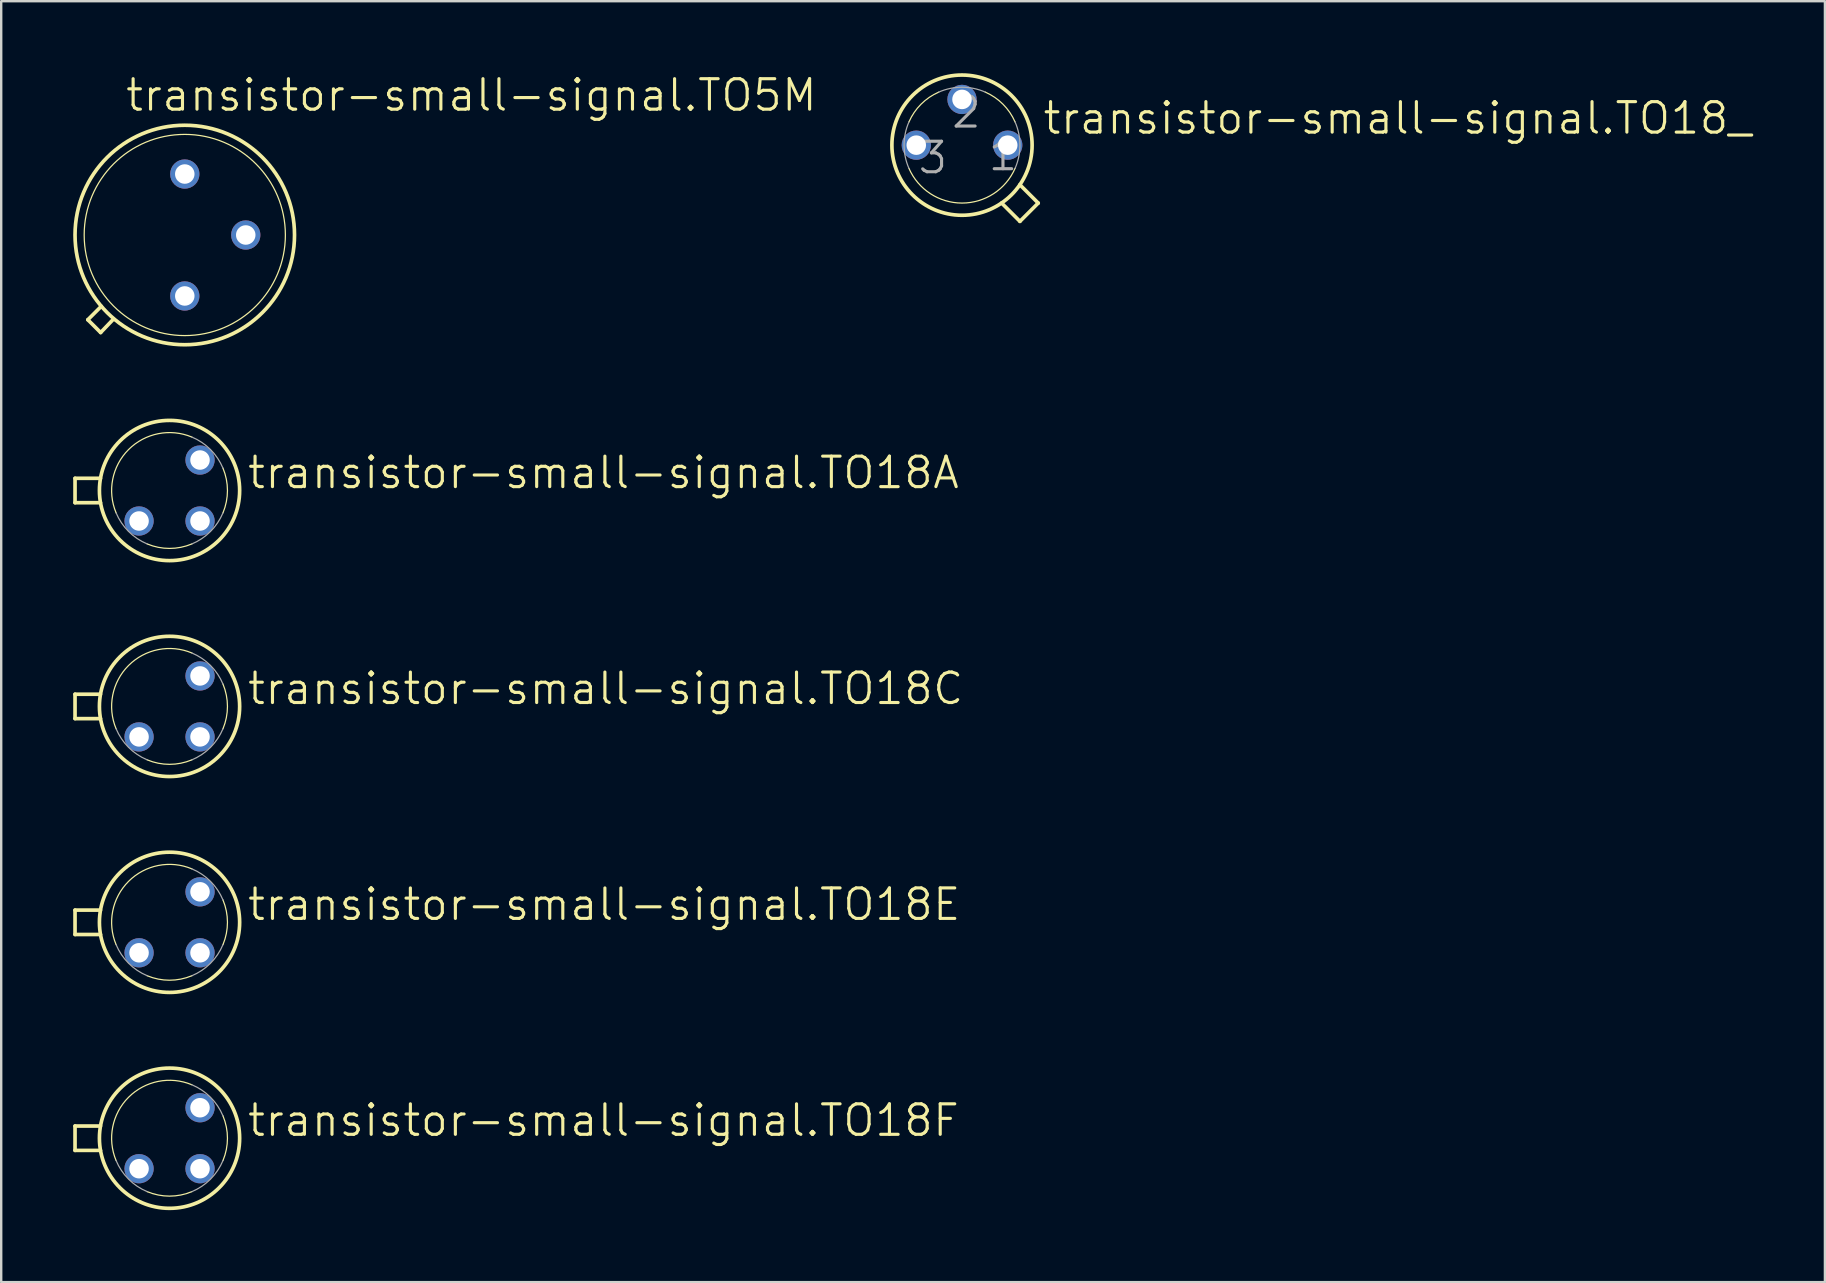
<source format=kicad_pcb>
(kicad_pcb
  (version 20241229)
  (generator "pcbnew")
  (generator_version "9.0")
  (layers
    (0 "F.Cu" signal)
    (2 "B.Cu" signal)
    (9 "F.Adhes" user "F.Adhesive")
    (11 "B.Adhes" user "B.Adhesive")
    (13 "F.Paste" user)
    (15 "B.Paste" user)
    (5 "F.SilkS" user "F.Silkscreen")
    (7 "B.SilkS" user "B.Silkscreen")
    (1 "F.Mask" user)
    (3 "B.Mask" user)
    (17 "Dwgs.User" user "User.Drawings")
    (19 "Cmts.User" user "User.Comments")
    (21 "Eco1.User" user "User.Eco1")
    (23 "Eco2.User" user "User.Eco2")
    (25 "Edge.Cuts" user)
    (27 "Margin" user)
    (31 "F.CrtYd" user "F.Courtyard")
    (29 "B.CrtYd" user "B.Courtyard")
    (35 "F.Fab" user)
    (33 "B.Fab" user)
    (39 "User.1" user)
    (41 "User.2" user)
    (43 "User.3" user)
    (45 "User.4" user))
  (footprint "transistor-small-signal.TO18E"
    (layer "F.Cu")
    (at 4.013 35.374)
    (property "Reference" "transistor-small-signal.TO18E" (at 3.175 0 0) (layer "F.SilkS") (effects (font (size 1.27 1.27) (thickness 0.13)) (justify left bottom)))
    (attr through_hole)
    (fp_line (start -3.937 -0.508) (end -2.877 -0.508) (stroke (width 0.152) (type default)) (layer "F.SilkS"))
    (fp_line (start -3.937 0.508) (end -3.937 -0.508) (stroke (width 0.152) (type default)) (layer "F.SilkS"))
    (fp_line (start -3.937 0.508) (end -2.877 0.508) (stroke (width 0.152) (type default)) (layer "F.SilkS"))
    (fp_arc (start -2.227 0.9289) (mid -1.706187 -1.706287) (end 0.929 -2.2271) (stroke (width 0.0508) (type default)) (layer "F.SilkS"))
    (fp_arc (start 0.9289 2.227) (mid 0 2.412962) (end -0.9289 2.227) (stroke (width 0.0508) (type default)) (layer "F.SilkS"))
    (fp_arc (start 2.227 -0.9289) (mid 2.412962 0) (end 2.227 0.9289) (stroke (width 0.0508) (type default)) (layer "F.SilkS"))
    (fp_circle (center 0 0) (end 2.921 0) (stroke (width 0.152) (type default)) (fill no) (layer "F.SilkS"))
    (fp_arc (start -0.9289 2.227) (mid -1.706222 1.706222) (end -2.227 0.9289) (stroke (width 0.0508) (type default)) (layer "F.Fab"))
    (fp_arc (start 0.9289 -2.227) (mid 1.706222 -1.706222) (end 2.227 -0.9289) (stroke (width 0.0508) (type default)) (layer "F.Fab"))
    (fp_arc (start 2.227 0.9289) (mid 1.706222 1.706222) (end 0.9289 2.227) (stroke (width 0.0508) (type default)) (layer "F.Fab"))
    (pad "D" thru_hole circle (at 1.27 1.27) (size 1.219 1.219) (drill 0.813) (layers "*.Cu" "*.Mask"))
    (pad "G" thru_hole circle (at 1.27 -1.27) (size 1.219 1.219) (drill 0.813) (layers "*.Cu" "*.Mask"))
    (pad "S" thru_hole circle (at -1.27 1.27) (size 1.219 1.219) (drill 0.813) (layers "*.Cu" "*.Mask")))
  (footprint "transistor-small-signal.TO18F"
    (layer "F.Cu")
    (at 4.013 44.369)
    (property "Reference" "transistor-small-signal.TO18F" (at 3.175 0 0) (layer "F.SilkS") (effects (font (size 1.27 1.27) (thickness 0.13)) (justify left bottom)))
    (attr through_hole)
    (fp_line (start -3.937 -0.508) (end -2.877 -0.508) (stroke (width 0.152) (type default)) (layer "F.SilkS"))
    (fp_line (start -3.937 0.508) (end -3.937 -0.508) (stroke (width 0.152) (type default)) (layer "F.SilkS"))
    (fp_line (start -3.937 0.508) (end -2.877 0.508) (stroke (width 0.152) (type default)) (layer "F.SilkS"))
    (fp_arc (start -2.227 0.9289) (mid -1.706187 -1.706287) (end 0.929 -2.2271) (stroke (width 0.0508) (type default)) (layer "F.SilkS"))
    (fp_arc (start 0.9289 2.227) (mid 0 2.412962) (end -0.9289 2.227) (stroke (width 0.0508) (type default)) (layer "F.SilkS"))
    (fp_arc (start 2.227 -0.9289) (mid 2.412962 0) (end 2.227 0.9289) (stroke (width 0.0508) (type default)) (layer "F.SilkS"))
    (fp_circle (center 0 0) (end 2.921 0) (stroke (width 0.152) (type default)) (fill no) (layer "F.SilkS"))
    (fp_arc (start -0.9289 2.227) (mid -1.706222 1.706222) (end -2.227 0.9289) (stroke (width 0.0508) (type default)) (layer "F.Fab"))
    (fp_arc (start 0.9289 -2.227) (mid 1.706222 -1.706222) (end 2.227 -0.9289) (stroke (width 0.0508) (type default)) (layer "F.Fab"))
    (fp_arc (start 2.227 0.9289) (mid 1.706222 1.706222) (end 0.9289 2.227) (stroke (width 0.0508) (type default)) (layer "F.Fab"))
    (pad "D" thru_hole circle (at 1.27 -1.27) (size 1.219 1.219) (drill 0.813) (layers "*.Cu" "*.Mask"))
    (pad "G" thru_hole circle (at 1.27 1.27) (size 1.219 1.219) (drill 0.813) (layers "*.Cu" "*.Mask"))
    (pad "S" thru_hole circle (at -1.27 1.27) (size 1.219 1.219) (drill 0.813) (layers "*.Cu" "*.Mask")))
  (footprint "transistor-small-signal.TO5M"
    (layer "F.Cu")
    (at 4.648 6.74)
    (property "Reference" "transistor-small-signal.TO5M" (at -2.54 -5.08 0) (layer "F.SilkS") (effects (font (size 1.27 1.27) (thickness 0.13)) (justify left bottom)))
    (attr through_hole)
    (fp_line (start -4.039 3.531) (end -3.48 2.972) (stroke (width 0.152) (type default)) (layer "F.SilkS"))
    (fp_line (start -3.505 4.064) (end -4.039 3.531) (stroke (width 0.152) (type default)) (layer "F.SilkS"))
    (fp_line (start -2.972 3.505) (end -3.505 4.064) (stroke (width 0.152) (type default)) (layer "F.SilkS"))
    (fp_circle (center 0 0) (end 4.191 0) (stroke (width 0.051) (type default)) (fill no) (layer "F.SilkS"))
    (fp_circle (center 0 0) (end 4.572 0) (stroke (width 0.152) (type default)) (fill no) (layer "F.SilkS"))
    (pad "D" thru_hole circle (at 0 -2.54) (size 1.219 1.219) (drill 0.813) (layers "*.Cu" "*.Mask"))
    (pad "G" thru_hole circle (at 2.54 0) (size 1.219 1.219) (drill 0.813) (layers "*.Cu" "*.Mask"))
    (pad "S" thru_hole circle (at 0 2.54) (size 1.219 1.219) (drill 0.813) (layers "*.Cu" "*.Mask")))
  (footprint "transistor-small-signal.TO18C"
    (layer "F.Cu")
    (at 4.013 26.38)
    (property "Reference" "transistor-small-signal.TO18C" (at 3.175 0 0) (layer "F.SilkS") (effects (font (size 1.27 1.27) (thickness 0.13)) (justify left bottom)))
    (attr through_hole)
    (fp_line (start -3.937 -0.508) (end -2.877 -0.508) (stroke (width 0.152) (type default)) (layer "F.SilkS"))
    (fp_line (start -3.937 0.508) (end -3.937 -0.508) (stroke (width 0.152) (type default)) (layer "F.SilkS"))
    (fp_line (start -3.937 0.508) (end -2.877 0.508) (stroke (width 0.152) (type default)) (layer "F.SilkS"))
    (fp_arc (start -2.227 0.9289) (mid -1.706187 -1.706287) (end 0.929 -2.2271) (stroke (width 0.0508) (type default)) (layer "F.SilkS"))
    (fp_arc (start 0.9289 2.227) (mid 0 2.412962) (end -0.9289 2.227) (stroke (width 0.0508) (type default)) (layer "F.SilkS"))
    (fp_arc (start 2.227 -0.9289) (mid 2.412962 0) (end 2.227 0.9289) (stroke (width 0.0508) (type default)) (layer "F.SilkS"))
    (fp_circle (center 0 0) (end 2.921 0) (stroke (width 0.152) (type default)) (fill no) (layer "F.SilkS"))
    (fp_arc (start -0.9289 2.227) (mid -1.706222 1.706222) (end -2.227 0.9289) (stroke (width 0.0508) (type default)) (layer "F.Fab"))
    (fp_arc (start 0.9289 -2.227) (mid 1.706222 -1.706222) (end 2.227 -0.9289) (stroke (width 0.0508) (type default)) (layer "F.Fab"))
    (fp_arc (start 2.227 0.9289) (mid 1.706222 1.706222) (end 0.9289 2.227) (stroke (width 0.0508) (type default)) (layer "F.Fab"))
    (pad "B" thru_hole circle (at -1.27 1.27) (size 1.219 1.219) (drill 0.813) (layers "*.Cu" "*.Mask"))
    (pad "C" thru_hole circle (at 1.27 -1.27) (size 1.219 1.219) (drill 0.813) (layers "*.Cu" "*.Mask"))
    (pad "E" thru_hole circle (at 1.27 1.27) (size 1.219 1.219) (drill 0.813) (layers "*.Cu" "*.Mask")))
  (footprint "transistor-small-signal.TO18_"
    (layer "F.Cu")
    (at 37.028 2.997)
    (property "Reference" "transistor-small-signal.TO18_" (at 3.302 -0.381 0) (layer "F.SilkS") (effects (font (size 1.27 1.27) (thickness 0.13)) (justify left bottom)))
    (attr through_hole)
    (fp_line (start 1.649 2.411) (end 2.413 3.175) (stroke (width 0.152) (type default)) (layer "F.SilkS"))
    (fp_line (start 2.411 1.649) (end 3.175 2.413) (stroke (width 0.152) (type default)) (layer "F.SilkS"))
    (fp_line (start 2.413 3.175) (end 3.175 2.413) (stroke (width 0.152) (type default)) (layer "F.SilkS"))
    (fp_arc (start -2.2098 -0.9692) (mid -1.706248 -1.706248) (end -0.9692 -2.2098) (stroke (width 0.0508) (type default)) (layer "F.SilkS"))
    (fp_arc (start 0.9692 -2.2098) (mid 1.706248 -1.706248) (end 2.2098 -0.9692) (stroke (width 0.0508) (type default)) (layer "F.SilkS"))
    (fp_arc (start 2.2098 0.9692) (mid 0 2.412995) (end -2.2098 0.9692) (stroke (width 0.0508) (type default)) (layer "F.SilkS"))
    (fp_circle (center 0 0) (end 2.921 0) (stroke (width 0.152) (type default)) (fill no) (layer "F.SilkS"))
    (fp_arc (start -2.2098 0.9692) (mid -2.412999 0) (end -2.2098 -0.9692) (stroke (width 0.0508) (type default)) (layer "F.Fab"))
    (fp_arc (start -0.9692 -2.2098) (mid 0 -2.412999) (end 0.9692 -2.2098) (stroke (width 0.0508) (type default)) (layer "F.Fab"))
    (fp_arc (start 2.2098 -0.9692) (mid 2.412999 0) (end 2.2098 0.9692) (stroke (width 0.0508) (type default)) (layer "F.Fab"))
    (fp_text user "3" (at -1.905 1.27 0) (layer "F.Fab") (effects (font (size 1.27 1.27) (thickness 0.13)) (justify left bottom)))
    (fp_text user "1" (at 1.016 1.143 0) (layer "F.Fab") (effects (font (size 1.27 1.27) (thickness 0.13)) (justify left bottom)))
    (fp_text user "2" (at -0.508 -0.635 0) (layer "F.Fab") (effects (font (size 1.27 1.27) (thickness 0.13)) (justify left bottom)))
    (pad "1" thru_hole circle (at 1.905 0) (size 1.219 1.219) (drill 0.813) (layers "*.Cu" "*.Mask"))
    (pad "2" thru_hole circle (at 0 -1.905) (size 1.219 1.219) (drill 0.813) (layers "*.Cu" "*.Mask"))
    (pad "3" thru_hole circle (at -1.905 0) (size 1.219 1.219) (drill 0.813) (layers "*.Cu" "*.Mask")))
  (footprint "transistor-small-signal.TO18A"
    (layer "F.Cu")
    (at 4.013 17.385)
    (property "Reference" "transistor-small-signal.TO18A" (at 3.175 0 0) (layer "F.SilkS") (effects (font (size 1.27 1.27) (thickness 0.13)) (justify left bottom)))
    (attr through_hole)
    (fp_line (start -3.937 -0.508) (end -2.877 -0.508) (stroke (width 0.152) (type default)) (layer "F.SilkS"))
    (fp_line (start -3.937 0.508) (end -3.937 -0.508) (stroke (width 0.152) (type default)) (layer "F.SilkS"))
    (fp_line (start -3.937 0.508) (end -2.877 0.508) (stroke (width 0.152) (type default)) (layer "F.SilkS"))
    (fp_arc (start -2.227 0.9289) (mid -1.706187 -1.706287) (end 0.929 -2.2271) (stroke (width 0.0508) (type default)) (layer "F.SilkS"))
    (fp_arc (start 0.9289 2.227) (mid 0 2.412962) (end -0.9289 2.227) (stroke (width 0.0508) (type default)) (layer "F.SilkS"))
    (fp_arc (start 2.227 -0.9289) (mid 2.412962 0) (end 2.227 0.9289) (stroke (width 0.0508) (type default)) (layer "F.SilkS"))
    (fp_circle (center 0 0) (end 2.921 0) (stroke (width 0.152) (type default)) (fill no) (layer "F.SilkS"))
    (fp_arc (start -0.9289 2.227) (mid -1.706222 1.706222) (end -2.227 0.9289) (stroke (width 0.0508) (type default)) (layer "F.Fab"))
    (fp_arc (start 0.9289 -2.227) (mid 1.706222 -1.706222) (end 2.227 -0.9289) (stroke (width 0.0508) (type default)) (layer "F.Fab"))
    (fp_arc (start 2.227 0.9289) (mid 1.706222 1.706222) (end 0.9289 2.227) (stroke (width 0.0508) (type default)) (layer "F.Fab"))
    (pad "B" thru_hole circle (at 1.27 1.27) (size 1.219 1.219) (drill 0.813) (layers "*.Cu" "*.Mask"))
    (pad "C" thru_hole circle (at 1.27 -1.27) (size 1.219 1.219) (drill 0.813) (layers "*.Cu" "*.Mask"))
    (pad "E" thru_hole circle (at -1.27 1.27) (size 1.219 1.219) (drill 0.813) (layers "*.Cu" "*.Mask")))
  (gr_rect
    (start -3 -3)
    (end 72.978 50.366)
    (stroke (width 0.1) (type default))
    (fill no)
    (layer "Edge.Cuts")))
</source>
